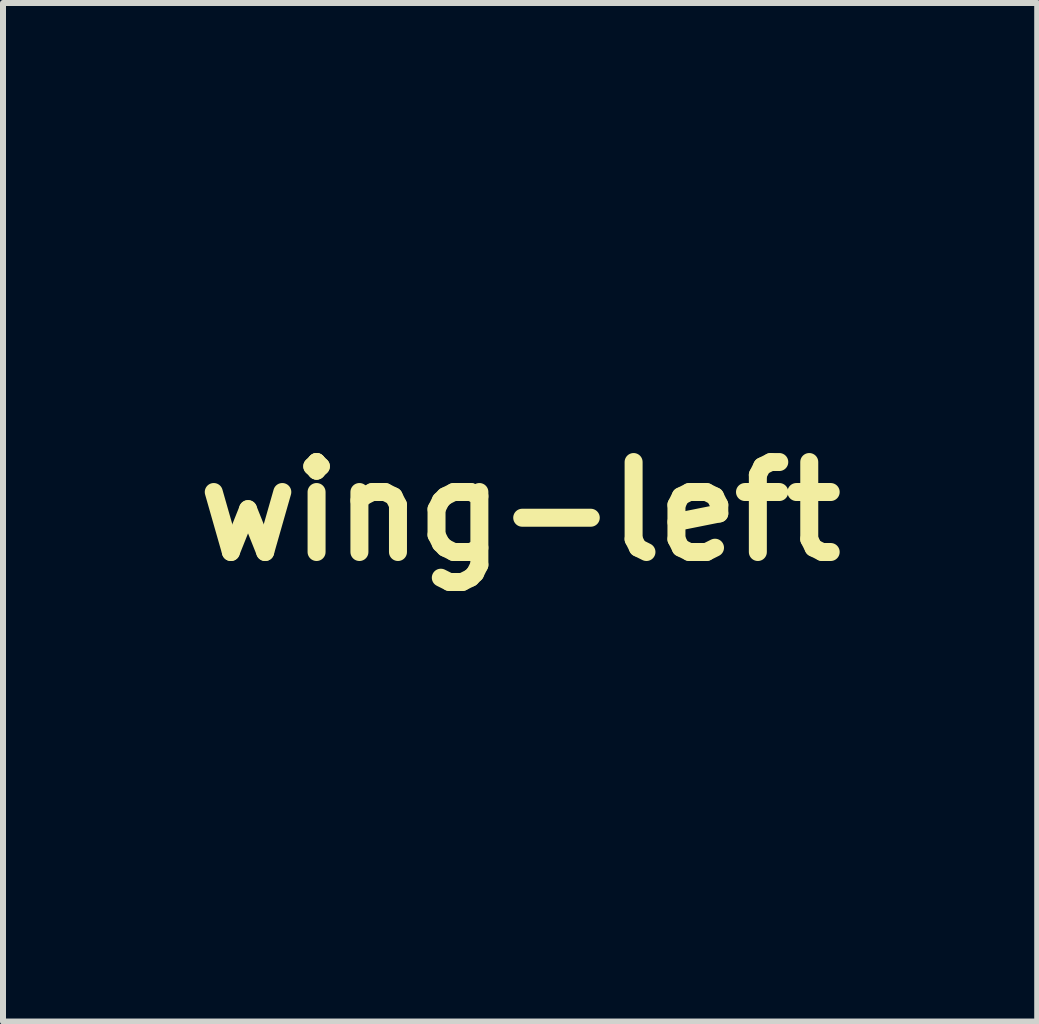
<source format=kicad_pcb>
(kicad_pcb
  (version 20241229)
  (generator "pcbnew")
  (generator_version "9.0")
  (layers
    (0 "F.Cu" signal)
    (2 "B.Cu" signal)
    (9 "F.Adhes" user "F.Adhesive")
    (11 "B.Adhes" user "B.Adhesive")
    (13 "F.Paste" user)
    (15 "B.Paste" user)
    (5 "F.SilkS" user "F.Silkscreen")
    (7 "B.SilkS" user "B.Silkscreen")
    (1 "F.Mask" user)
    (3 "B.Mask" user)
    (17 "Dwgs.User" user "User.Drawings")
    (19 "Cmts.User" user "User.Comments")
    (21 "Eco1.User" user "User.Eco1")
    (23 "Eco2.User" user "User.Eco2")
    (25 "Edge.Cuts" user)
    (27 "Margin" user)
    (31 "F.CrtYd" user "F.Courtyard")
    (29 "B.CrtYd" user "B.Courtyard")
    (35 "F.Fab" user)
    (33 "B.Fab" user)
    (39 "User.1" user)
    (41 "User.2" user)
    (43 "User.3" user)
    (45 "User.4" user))
  (footprint "wing-left"
    (layer "F.Cu")
    (at 5.621 5.475)
    (property "Reference" "wing-left" (at 0 0 0) (layer "F.SilkS") (effects (font (size 1.5 1.5) (thickness 0.3))))
    (attr board_only exclude_from_pos_files exclude_from_bom)
    (fp_poly (pts (xy 2.964 2.809) (xy 2.959 2.84) (xy 2.945 2.892) (xy 2.943 2.898) (xy 2.904 3.043) (xy 2.884 3.175) (xy 2.882 3.279) (xy 2.888 3.366) (xy 2.666 3.482) (xy 2.546 3.544) (xy 2.446 3.591) (xy 2.365 3.624) (xy 2.3 3.644) (xy 2.249 3.652) (xy 2.208 3.648) (xy 2.175 3.634) (xy 2.156 3.618) (xy 2.132 3.583) (xy 2.122 3.536) (xy 2.125 3.473) (xy 2.142 3.391) (xy 2.157 3.335) (xy 2.197 3.221) (xy 2.246 3.113) (xy 2.3 3.021) (xy 2.345 2.963) (xy 2.375 2.93) (xy 2.397 2.916) (xy 2.417 2.915) (xy 2.435 2.921) (xy 2.475 2.932) (xy 2.519 2.936) (xy 2.572 2.932) (xy 2.635 2.918) (xy 2.712 2.895) (xy 2.807 2.86) (xy 2.924 2.815) (xy 2.96 2.8)) (stroke (width 0) (type solid)) (fill yes) (layer "F.Mask"))
    (fp_poly (pts (xy 3.351 3.286) (xy 3.354 3.322) (xy 3.358 3.374) (xy 3.361 3.425) (xy 3.367 3.512) (xy 3.377 3.578) (xy 3.391 3.628) (xy 3.397 3.643) (xy 3.426 3.708) (xy 3.33 3.796) (xy 3.231 3.88) (xy 3.141 3.939) (xy 3.06 3.975) (xy 3 3.987) (xy 2.954 3.989) (xy 2.924 3.983) (xy 2.902 3.967) (xy 2.896 3.961) (xy 2.871 3.921) (xy 2.856 3.867) (xy 2.853 3.795) (xy 2.856 3.732) (xy 2.862 3.675) (xy 2.872 3.612) (xy 2.884 3.551) (xy 2.897 3.496) (xy 2.91 3.453) (xy 2.92 3.43) (xy 2.924 3.428) (xy 2.94 3.438) (xy 2.943 3.442) (xy 2.962 3.451) (xy 2.997 3.456) (xy 3.009 3.456) (xy 3.063 3.447) (xy 3.13 3.421) (xy 3.201 3.382) (xy 3.269 3.335) (xy 3.285 3.321) (xy 3.318 3.294) (xy 3.341 3.277) (xy 3.347 3.273)) (stroke (width 0) (type solid)) (fill yes) (layer "F.Mask"))
    (fp_poly (pts (xy 1.864 2.161) (xy 1.897 2.195) (xy 1.94 2.221) (xy 1.996 2.239) (xy 2.07 2.25) (xy 2.166 2.257) (xy 2.199 2.258) (xy 2.37 2.257) (xy 2.523 2.243) (xy 2.528 2.242) (xy 2.588 2.233) (xy 2.637 2.227) (xy 2.669 2.224) (xy 2.678 2.224) (xy 2.672 2.236) (xy 2.652 2.266) (xy 2.622 2.307) (xy 2.6 2.337) (xy 2.507 2.472) (xy 2.437 2.595) (xy 2.391 2.706) (xy 2.378 2.751) (xy 2.355 2.85) (xy 2.256 2.885) (xy 2.151 2.921) (xy 2.038 2.956) (xy 1.923 2.99) (xy 1.816 3.02) (xy 1.724 3.043) (xy 1.693 3.05) (xy 1.603 3.065) (xy 1.509 3.073) (xy 1.419 3.075) (xy 1.341 3.07) (xy 1.281 3.059) (xy 1.275 3.057) (xy 1.219 3.032) (xy 1.183 3.001) (xy 1.157 2.955) (xy 1.156 2.952) (xy 1.144 2.888) (xy 1.155 2.813) (xy 1.187 2.729) (xy 1.239 2.64) (xy 1.31 2.547) (xy 1.397 2.454) (xy 1.433 2.421) (xy 1.468 2.391) (xy 1.519 2.35) (xy 1.581 2.303) (xy 1.647 2.254) (xy 1.664 2.242) (xy 1.831 2.12)) (stroke (width 0) (type solid)) (fill yes) (layer "F.Mask"))
    (fp_poly (pts (xy 0.883 0.187) (xy 0.896 0.193) (xy 0.904 0.202) (xy 0.906 0.204) (xy 0.96 0.277) (xy 1.037 0.345) (xy 1.137 0.408) (xy 1.262 0.468) (xy 1.412 0.524) (xy 1.589 0.577) (xy 1.664 0.597) (xy 1.902 0.658) (xy 1.839 0.674) (xy 1.638 0.73) (xy 1.464 0.786) (xy 1.317 0.843) (xy 1.198 0.901) (xy 1.105 0.96) (xy 1.038 1.021) (xy 1.003 1.071) (xy 0.995 1.086) (xy 0.988 1.096) (xy 0.976 1.103) (xy 0.956 1.106) (xy 0.923 1.106) (xy 0.875 1.103) (xy 0.807 1.097) (xy 0.715 1.088) (xy 0.709 1.088) (xy 0.529 1.067) (xy 0.354 1.041) (xy 0.188 1.01) (xy 0.032 0.973) (xy -0.111 0.934) (xy -0.24 0.891) (xy -0.351 0.846) (xy -0.444 0.799) (xy -0.516 0.751) (xy -0.565 0.704) (xy -0.588 0.656) (xy -0.59 0.639) (xy -0.577 0.596) (xy -0.538 0.549) (xy -0.475 0.499) (xy -0.39 0.449) (xy -0.382 0.445) (xy -0.255 0.386) (xy -0.118 0.335) (xy 0.032 0.293) (xy 0.198 0.257) (xy 0.385 0.228) (xy 0.594 0.204) (xy 0.688 0.195) (xy 0.767 0.189) (xy 0.823 0.185) (xy 0.86 0.185)) (stroke (width 0) (type solid)) (fill yes) (layer "F.Mask"))
    (fp_poly (pts (xy 1.019 1.231) (xy 1.049 1.252) (xy 1.063 1.264) (xy 1.142 1.319) (xy 1.247 1.368) (xy 1.375 1.41) (xy 1.523 1.445) (xy 1.691 1.472) (xy 1.875 1.491) (xy 1.967 1.496) (xy 2.043 1.5) (xy 2.118 1.505) (xy 2.183 1.509) (xy 2.216 1.512) (xy 2.303 1.519) (xy 2.202 1.601) (xy 2.08 1.707) (xy 1.975 1.815) (xy 1.892 1.919) (xy 1.878 1.94) (xy 1.856 1.971) (xy 1.837 1.997) (xy 1.815 2.016) (xy 1.788 2.032) (xy 1.751 2.046) (xy 1.7 2.058) (xy 1.632 2.072) (xy 1.542 2.088) (xy 1.47 2.1) (xy 1.38 2.114) (xy 1.302 2.124) (xy 1.226 2.13) (xy 1.142 2.133) (xy 1.043 2.134) (xy 1.014 2.134) (xy 0.926 2.132) (xy 0.841 2.13) (xy 0.766 2.127) (xy 0.708 2.123) (xy 0.681 2.12) (xy 0.589 2.103) (xy 0.493 2.081) (xy 0.402 2.055) (xy 0.326 2.028) (xy 0.304 2.018) (xy 0.216 1.97) (xy 0.156 1.916) (xy 0.124 1.858) (xy 0.119 1.797) (xy 0.142 1.732) (xy 0.193 1.663) (xy 0.27 1.591) (xy 0.376 1.516) (xy 0.379 1.514) (xy 0.433 1.482) (xy 0.5 1.445) (xy 0.578 1.406) (xy 0.66 1.365) (xy 0.743 1.326) (xy 0.822 1.29) (xy 0.892 1.259) (xy 0.95 1.237) (xy 0.989 1.224) (xy 1.002 1.222)) (stroke (width 0) (type solid)) (fill yes) (layer "F.Mask"))
    (fp_poly (pts (xy -0.351 -1.03) (xy -0.262 -1.026) (xy -0.159 -1.018) (xy -0.037 -1.007) (xy 0.104 -0.993) (xy 0.267 -0.975) (xy 0.455 -0.954) (xy 0.576 -0.941) (xy 0.68 -0.929) (xy 0.778 -0.918) (xy 0.866 -0.908) (xy 0.94 -0.9) (xy 0.994 -0.894) (xy 1.022 -0.891) (xy 1.072 -0.882) (xy 1.094 -0.871) (xy 1.09 -0.856) (xy 1.082 -0.85) (xy 1.072 -0.831) (xy 1.068 -0.797) (xy 1.068 -0.795) (xy 1.081 -0.737) (xy 1.121 -0.674) (xy 1.186 -0.607) (xy 1.274 -0.537) (xy 1.385 -0.465) (xy 1.517 -0.392) (xy 1.668 -0.318) (xy 1.712 -0.299) (xy 1.896 -0.218) (xy 1.698 -0.208) (xy 1.546 -0.196) (xy 1.404 -0.179) (xy 1.276 -0.156) (xy 1.166 -0.129) (xy 1.077 -0.098) (xy 1.026 -0.073) (xy 0.974 -0.036) (xy 0.931 0.006) (xy 0.902 0.044) (xy 0.898 0.053) (xy 0.891 0.067) (xy 0.879 0.076) (xy 0.86 0.081) (xy 0.831 0.08) (xy 0.788 0.073) (xy 0.728 0.06) (xy 0.647 0.04) (xy 0.544 0.013) (xy 0.52 0.007) (xy 0.306 -0.052) (xy 0.102 -0.115) (xy -0.089 -0.181) (xy -0.266 -0.25) (xy -0.428 -0.319) (xy -0.572 -0.389) (xy -0.698 -0.459) (xy -0.804 -0.528) (xy -0.889 -0.595) (xy -0.95 -0.659) (xy -0.987 -0.721) (xy -0.997 -0.771) (xy -0.989 -0.82) (xy -0.962 -0.863) (xy -0.915 -0.903) (xy -0.846 -0.94) (xy -0.751 -0.978) (xy -0.729 -0.986) (xy -0.685 -1) (xy -0.641 -1.012) (xy -0.596 -1.021) (xy -0.547 -1.027) (xy -0.491 -1.031) (xy -0.426 -1.032)) (stroke (width 0) (type solid)) (fill yes) (layer "F.Mask"))
    (fp_poly (pts (xy 1.691 -0.961) (xy 1.796 -0.956) (xy 1.894 -0.947) (xy 1.96 -0.936) (xy 2.16 -0.891) (xy 2.372 -0.831) (xy 2.591 -0.757) (xy 2.813 -0.673) (xy 3.033 -0.579) (xy 3.247 -0.478) (xy 3.451 -0.372) (xy 3.639 -0.263) (xy 3.807 -0.152) (xy 3.932 -0.059) (xy 4.015 0.016) (xy 4.107 0.114) (xy 4.204 0.228) (xy 4.303 0.356) (xy 4.401 0.493) (xy 4.496 0.634) (xy 4.584 0.776) (xy 4.663 0.915) (xy 4.729 1.046) (xy 4.781 1.165) (xy 4.784 1.173) (xy 4.806 1.235) (xy 4.816 1.273) (xy 4.813 1.288) (xy 4.795 1.284) (xy 4.762 1.262) (xy 4.745 1.25) (xy 4.668 1.198) (xy 4.572 1.145) (xy 4.466 1.095) (xy 4.359 1.052) (xy 4.292 1.031) (xy 4.212 1.011) (xy 4.123 0.998) (xy 4.032 0.991) (xy 3.945 0.989) (xy 3.869 0.994) (xy 3.809 1.005) (xy 3.784 1.015) (xy 3.724 1.06) (xy 3.69 1.114) (xy 3.682 1.178) (xy 3.701 1.251) (xy 3.747 1.334) (xy 3.771 1.368) (xy 3.798 1.404) (xy 3.816 1.43) (xy 3.821 1.439) (xy 3.81 1.447) (xy 3.778 1.465) (xy 3.734 1.488) (xy 3.714 1.498) (xy 3.629 1.547) (xy 3.55 1.607) (xy 3.482 1.673) (xy 3.431 1.739) (xy 3.407 1.787) (xy 3.391 1.864) (xy 3.402 1.935) (xy 3.439 1.997) (xy 3.501 2.05) (xy 3.555 2.078) (xy 3.627 2.109) (xy 3.563 2.177) (xy 3.492 2.262) (xy 3.432 2.353) (xy 3.385 2.445) (xy 3.355 2.53) (xy 3.344 2.605) (xy 3.344 2.606) (xy 3.356 2.674) (xy 3.392 2.73) (xy 3.448 2.77) (xy 3.521 2.792) (xy 3.568 2.795) (xy 3.632 2.796) (xy 3.632 2.989) (xy 3.635 3.109) (xy 3.644 3.204) (xy 3.661 3.279) (xy 3.686 3.337) (xy 3.714 3.376) (xy 3.763 3.414) (xy 3.816 3.424) (xy 3.873 3.407) (xy 3.88 3.403) (xy 3.912 3.388) (xy 3.924 3.389) (xy 3.914 3.407) (xy 3.884 3.442) (xy 3.832 3.494) (xy 3.812 3.514) (xy 3.721 3.596) (xy 3.642 3.653) (xy 3.577 3.686) (xy 3.523 3.694) (xy 3.481 3.678) (xy 3.457 3.651) (xy 3.442 3.613) (xy 3.43 3.556) (xy 3.42 3.488) (xy 3.415 3.418) (xy 3.415 3.356) (xy 3.418 3.323) (xy 3.422 3.272) (xy 3.419 3.224) (xy 3.409 3.185) (xy 3.395 3.163) (xy 3.389 3.161) (xy 3.369 3.169) (xy 3.332 3.19) (xy 3.288 3.22) (xy 3.275 3.229) (xy 3.192 3.287) (xy 3.127 3.328) (xy 3.077 3.351) (xy 3.039 3.359) (xy 3.01 3.352) (xy 2.992 3.336) (xy 2.981 3.304) (xy 2.98 3.25) (xy 2.989 3.176) (xy 3.006 3.087) (xy 3.032 2.985) (xy 3.042 2.95) (xy 3.072 2.848) (xy 3.094 2.77) (xy 3.109 2.713) (xy 3.117 2.675) (xy 3.118 2.654) (xy 3.116 2.648) (xy 3.098 2.649) (xy 3.055 2.662) (xy 2.987 2.686) (xy 2.894 2.723) (xy 2.806 2.759) (xy 2.716 2.794) (xy 2.636 2.821) (xy 2.569 2.839) (xy 2.521 2.846) (xy 2.499 2.844) (xy 2.483 2.831) (xy 2.478 2.802) (xy 2.479 2.781) (xy 2.483 2.756) (xy 2.492 2.727) (xy 2.508 2.692) (xy 2.532 2.647) (xy 2.567 2.591) (xy 2.613 2.52) (xy 2.672 2.432) (xy 2.742 2.33) (xy 2.79 2.261) (xy 2.831 2.199) (xy 2.864 2.148) (xy 2.886 2.112) (xy 2.894 2.095) (xy 2.894 2.095) (xy 2.884 2.084) (xy 2.851 2.08) (xy 2.796 2.083) (xy 2.716 2.093) (xy 2.611 2.109) (xy 2.574 2.116) (xy 2.426 2.138) (xy 2.296 2.152) (xy 2.186 2.155) (xy 2.097 2.15) (xy 2.029 2.135) (xy 1.986 2.112) (xy 1.967 2.079) (xy 1.967 2.071) (xy 1.971 2.041) (xy 1.983 2.009) (xy 2.006 1.973) (xy 2.041 1.93) (xy 2.091 1.879) (xy 2.158 1.817) (xy 2.243 1.742) (xy 2.348 1.653) (xy 2.353 1.648) (xy 2.415 1.596) (xy 2.472 1.546) (xy 2.519 1.504) (xy 2.553 1.473) (xy 2.562 1.464) (xy 2.586 1.437) (xy 2.593 1.422) (xy 2.583 1.411) (xy 2.573 1.406) (xy 2.547 1.396) (xy 2.505 1.387) (xy 2.445 1.378) (xy 2.364 1.368) (xy 2.261 1.358) (xy 2.132 1.348) (xy 2.058 1.342) (xy 1.884 1.328) (xy 1.735 1.314) (xy 1.609 1.3) (xy 1.503 1.286) (xy 1.415 1.27) (xy 1.341 1.252) (xy 1.28 1.233) (xy 1.229 1.211) (xy 1.22 1.207) (xy 1.171 1.175) (xy 1.148 1.141) (xy 1.151 1.101) (xy 1.159 1.083) (xy 1.179 1.055) (xy 1.214 1.027) (xy 1.264 1) (xy 1.331 0.972) (xy 1.417 0.943) (xy 1.525 0.912) (xy 1.656 0.878) (xy 1.812 0.84) (xy 1.861 0.829) (xy 1.948 0.809) (xy 2.029 0.79) (xy 2.101 0.772) (xy 2.156 0.758) (xy 2.185 0.751) (xy 2.242 0.731) (xy 2.29 0.708) (xy 2.324 0.685) (xy 2.339 0.666) (xy 2.338 0.658) (xy 2.312 0.637) (xy 2.257 0.614) (xy 2.176 0.589) (xy 2.066 0.561) (xy 2.009 0.549) (xy 1.786 0.498) (xy 1.591 0.448) (xy 1.423 0.398) (xy 1.283 0.349) (xy 1.172 0.301) (xy 1.088 0.253) (xy 1.032 0.206) (xy 1.012 0.18) (xy 0.999 0.139) (xy 1.005 0.103) (xy 1.031 0.063) (xy 1.078 0.027) (xy 1.148 -0.005) (xy 1.241 -0.033) (xy 1.359 -0.058) (xy 1.503 -0.08) (xy 1.672 -0.099) (xy 1.868 -0.115) (xy 1.901 -0.117) (xy 2.012 -0.125) (xy 2.099 -0.133) (xy 2.135 -0.137) (xy 2.489 -0.137) (xy 2.492 -0.077) (xy 2.521 -0.01) (xy 2.53 0.004) (xy 2.586 0.073) (xy 2.667 0.146) (xy 2.772 0.223) (xy 2.903 0.306) (xy 2.948 0.331) (xy 2.998 0.36) (xy 3.026 0.379) (xy 3.036 0.39) (xy 3.03 0.396) (xy 3.012 0.401) (xy 2.859 0.44) (xy 2.732 0.483) (xy 2.632 0.531) (xy 2.558 0.582) (xy 2.511 0.636) (xy 2.493 0.682) (xy 2.497 0.735) (xy 2.527 0.786) (xy 2.582 0.836) (xy 2.659 0.882) (xy 2.756 0.923) (xy 2.873 0.96) (xy 3.007 0.989) (xy 3.025 0.993) (xy 3.163 1.017) (xy 3.014 1.091) (xy 2.95 1.124) (xy 2.892 1.156) (xy 2.845 1.184) (xy 2.821 1.202) (xy 2.755 1.266) (xy 2.714 1.325) (xy 2.697 1.379) (xy 2.706 1.425) (xy 2.74 1.462) (xy 2.796 1.488) (xy 2.829 1.493) (xy 2.884 1.496) (xy 2.952 1.497) (xy 3.027 1.497) (xy 3.102 1.495) (xy 3.17 1.491) (xy 3.224 1.485) (xy 3.257 1.479) (xy 3.257 1.479) (xy 3.262 1.473) (xy 3.24 1.471) (xy 3.192 1.471) (xy 3.166 1.472) (xy 3.095 1.473) (xy 3.021 1.47) (xy 2.952 1.464) (xy 2.893 1.455) (xy 2.85 1.444) (xy 2.834 1.435) (xy 2.826 1.408) (xy 2.837 1.368) (xy 2.865 1.321) (xy 2.887 1.294) (xy 2.939 1.249) (xy 3.015 1.203) (xy 3.115 1.155) (xy 3.228 1.111) (xy 3.314 1.078) (xy 3.374 1.052) (xy 3.411 1.031) (xy 3.427 1.014) (xy 3.428 1.01) (xy 3.414 0.993) (xy 3.374 0.973) (xy 3.308 0.951) (xy 3.218 0.927) (xy 3.106 0.902) (xy 3.098 0.9) (xy 2.956 0.869) (xy 2.842 0.84) (xy 2.753 0.812) (xy 2.69 0.784) (xy 2.65 0.757) (xy 2.634 0.73) (xy 2.636 0.71) (xy 2.659 0.684) (xy 2.71 0.654) (xy 2.787 0.622) (xy 2.89 0.586) (xy 3.018 0.548) (xy 3.098 0.527) (xy 3.205 0.498) (xy 3.285 0.475) (xy 3.339 0.456) (xy 3.367 0.443) (xy 3.372 0.437) (xy 3.36 0.426) (xy 3.33 0.408) (xy 3.291 0.388) (xy 3.247 0.366) (xy 3.187 0.334) (xy 3.117 0.297) (xy 3.046 0.259) (xy 3.042 0.256) (xy 2.899 0.175) (xy 2.782 0.102) (xy 2.692 0.037) (xy 2.628 -0.02) (xy 2.588 -0.07) (xy 2.575 -0.114) (xy 2.585 -0.151) (xy 2.621 -0.182) (xy 2.634 -0.189) (xy 2.659 -0.2) (xy 2.686 -0.207) (xy 2.722 -0.212) (xy 2.771 -0.215) (xy 2.839 -0.217) (xy 2.922 -0.217) (xy 3.014 -0.217) (xy 3.109 -0.215) (xy 3.198 -0.213) (xy 3.272 -0.21) (xy 3.294 -0.208) (xy 3.357 -0.204) (xy 3.395 -0.202) (xy 3.409 -0.203) (xy 3.401 -0.207) (xy 3.375 -0.214) (xy 3.358 -0.218) (xy 3.23 -0.246) (xy 3.099 -0.266) (xy 2.971 -0.279) (xy 2.851 -0.283) (xy 2.745 -0.28) (xy 2.658 -0.267) (xy 2.638 -0.262) (xy 2.562 -0.23) (xy 2.513 -0.189) (xy 2.489 -0.137) (xy 2.135 -0.137) (xy 2.163 -0.141) (xy 2.203 -0.152) (xy 2.218 -0.166) (xy 2.21 -0.184) (xy 2.176 -0.208) (xy 2.117 -0.239) (xy 2.033 -0.276) (xy 1.924 -0.323) (xy 1.84 -0.358) (xy 1.666 -0.432) (xy 1.518 -0.5) (xy 1.395 -0.561) (xy 1.297 -0.617) (xy 1.222 -0.667) (xy 1.169 -0.713) (xy 1.138 -0.755) (xy 1.128 -0.794) (xy 1.131 -0.815) (xy 1.152 -0.843) (xy 1.195 -0.874) (xy 1.254 -0.904) (xy 1.325 -0.931) (xy 1.342 -0.937) (xy 1.405 -0.95) (xy 1.489 -0.958) (xy 1.587 -0.962)) (stroke (width 0) (type solid)) (fill yes) (layer "F.Mask"))
    (fp_poly (pts (xy -5.605 -5.466) (xy -5.587 -5.439) (xy -5.562 -5.397) (xy -5.557 -5.389) (xy -5.469 -5.24) (xy -5.363 -5.08) (xy -5.245 -4.913) (xy -5.117 -4.746) (xy -4.985 -4.584) (xy -4.903 -4.489) (xy -4.637 -4.208) (xy -4.345 -3.936) (xy -4.03 -3.676) (xy -3.691 -3.426) (xy -3.331 -3.187) (xy -2.95 -2.961) (xy -2.55 -2.748) (xy -2.131 -2.548) (xy -1.695 -2.362) (xy -1.243 -2.19) (xy -0.777 -2.034) (xy -0.296 -1.894) (xy 0.196 -1.77) (xy 0.513 -1.7) (xy 0.582 -1.686) (xy 0.662 -1.671) (xy 0.749 -1.654) (xy 0.84 -1.638) (xy 0.929 -1.622) (xy 1.012 -1.607) (xy 1.085 -1.595) (xy 1.144 -1.585) (xy 1.185 -1.579) (xy 1.202 -1.578) (xy 1.203 -1.578) (xy 1.196 -1.589) (xy 1.174 -1.617) (xy 1.143 -1.658) (xy 1.119 -1.688) (xy 0.988 -1.873) (xy 0.879 -2.074) (xy 0.793 -2.288) (xy 0.751 -2.428) (xy 0.736 -2.488) (xy 0.725 -2.539) (xy 0.719 -2.573) (xy 0.719 -2.584) (xy 0.73 -2.579) (xy 0.76 -2.557) (xy 0.805 -2.522) (xy 0.862 -2.474) (xy 0.929 -2.417) (xy 0.997 -2.358) (xy 1.164 -2.215) (xy 1.314 -2.092) (xy 1.45 -1.985) (xy 1.575 -1.894) (xy 1.692 -1.817) (xy 1.802 -1.751) (xy 1.909 -1.696) (xy 1.937 -1.683) (xy 1.984 -1.663) (xy 2.052 -1.636) (xy 2.137 -1.604) (xy 2.231 -1.57) (xy 2.33 -1.535) (xy 2.386 -1.516) (xy 2.708 -1.402) (xy 3.004 -1.287) (xy 3.276 -1.171) (xy 3.527 -1.052) (xy 3.759 -0.929) (xy 3.975 -0.8) (xy 4.176 -0.665) (xy 4.366 -0.522) (xy 4.49 -0.419) (xy 4.671 -0.251) (xy 4.836 -0.072) (xy 4.988 0.121) (xy 5.13 0.332) (xy 5.265 0.566) (xy 5.339 0.709) (xy 5.437 0.923) (xy 5.514 1.126) (xy 5.57 1.318) (xy 5.605 1.497) (xy 5.618 1.663) (xy 5.611 1.814) (xy 5.581 1.951) (xy 5.531 2.071) (xy 5.459 2.174) (xy 5.449 2.184) (xy 5.381 2.246) (xy 5.311 2.28) (xy 5.245 2.29) (xy 5.193 2.283) (xy 5.138 2.264) (xy 5.076 2.228) (xy 5.001 2.175) (xy 4.963 2.146) (xy 4.888 2.087) (xy 4.83 2.045) (xy 4.783 2.016) (xy 4.745 1.999) (xy 4.71 1.991) (xy 4.687 1.989) (xy 4.622 2.001) (xy 4.562 2.038) (xy 4.509 2.096) (xy 4.463 2.172) (xy 4.429 2.263) (xy 4.406 2.366) (xy 4.397 2.478) (xy 4.397 2.485) (xy 4.408 2.626) (xy 4.441 2.756) (xy 4.497 2.875) (xy 4.577 2.986) (xy 4.681 3.088) (xy 4.812 3.184) (xy 4.968 3.274) (xy 5.022 3.301) (xy 5.096 3.334) (xy 5.175 3.368) (xy 5.248 3.397) (xy 5.279 3.409) (xy 5.334 3.428) (xy 5.369 3.443) (xy 5.385 3.462) (xy 5.386 3.489) (xy 5.373 3.531) (xy 5.351 3.59) (xy 5.314 3.67) (xy 5.274 3.723) (xy 5.229 3.748) (xy 5.178 3.747) (xy 5.12 3.719) (xy 5.098 3.704) (xy 5.051 3.663) (xy 5.002 3.616) (xy 4.983 3.597) (xy 4.93 3.537) (xy 4.887 3.623) (xy 4.846 3.691) (xy 4.801 3.732) (xy 4.753 3.745) (xy 4.7 3.731) (xy 4.641 3.69) (xy 4.598 3.649) (xy 4.553 3.595) (xy 4.506 3.533) (xy 4.477 3.489) (xy 4.425 3.402) (xy 4.359 3.472) (xy 4.322 3.51) (xy 4.295 3.53) (xy 4.27 3.538) (xy 4.244 3.537) (xy 4.211 3.531) (xy 4.189 3.516) (xy 4.168 3.482) (xy 4.162 3.47) (xy 4.147 3.429) (xy 4.13 3.37) (xy 4.113 3.301) (xy 4.104 3.252) (xy 4.091 3.179) (xy 4.079 3.132) (xy 4.066 3.108) (xy 4.05 3.106) (xy 4.029 3.123) (xy 4.004 3.151) (xy 3.94 3.228) (xy 3.888 3.282) (xy 3.845 3.315) (xy 3.811 3.328) (xy 3.782 3.322) (xy 3.762 3.305) (xy 3.741 3.274) (xy 3.727 3.232) (xy 3.717 3.175) (xy 3.711 3.099) (xy 3.71 3) (xy 3.711 2.915) (xy 3.716 2.676) (xy 3.608 2.669) (xy 3.528 2.658) (xy 3.474 2.638) (xy 3.447 2.609) (xy 3.442 2.586) (xy 3.452 2.551) (xy 3.481 2.5) (xy 3.526 2.435) (xy 3.585 2.36) (xy 3.652 2.283) (xy 3.721 2.205) (xy 3.769 2.143) (xy 3.8 2.096) (xy 3.814 2.061) (xy 3.811 2.037) (xy 3.807 2.03) (xy 3.786 2.016) (xy 3.747 1.998) (xy 3.702 1.981) (xy 3.622 1.95) (xy 3.563 1.917) (xy 3.526 1.883) (xy 3.515 1.859) (xy 3.52 1.826) (xy 3.547 1.79) (xy 3.597 1.749) (xy 3.671 1.702) (xy 3.737 1.665) (xy 3.837 1.609) (xy 3.913 1.563) (xy 3.966 1.526) (xy 4 1.494) (xy 4.015 1.468) (xy 4.015 1.464) (xy 4.009 1.436) (xy 3.982 1.393) (xy 3.935 1.333) (xy 3.882 1.266) (xy 3.848 1.215) (xy 3.833 1.176) (xy 3.834 1.146) (xy 3.846 1.129) (xy 3.864 1.117) (xy 3.891 1.112) (xy 3.933 1.112) (xy 3.969 1.115) (xy 4.08 1.129) (xy 4.191 1.152) (xy 4.291 1.18) (xy 4.334 1.196) (xy 4.37 1.214) (xy 4.424 1.244) (xy 4.49 1.281) (xy 4.561 1.324) (xy 4.601 1.349) (xy 4.69 1.404) (xy 4.759 1.446) (xy 4.811 1.476) (xy 4.85 1.497) (xy 4.879 1.509) (xy 4.902 1.515) (xy 4.922 1.517) (xy 4.924 1.517) (xy 4.957 1.508) (xy 4.975 1.479) (xy 4.979 1.429) (xy 4.968 1.357) (xy 4.943 1.264) (xy 4.92 1.193) (xy 4.812 0.919) (xy 4.687 0.668) (xy 4.544 0.437) (xy 4.382 0.226) (xy 4.201 0.035) (xy 4 -0.136) (xy 3.779 -0.29) (xy 3.776 -0.292) (xy 3.706 -0.334) (xy 3.634 -0.375) (xy 3.556 -0.417) (xy 3.469 -0.459) (xy 3.371 -0.505) (xy 3.258 -0.554) (xy 3.129 -0.609) (xy 2.979 -0.671) (xy 2.807 -0.741) (xy 2.759 -0.76) (xy 2.555 -0.842) (xy 2.373 -0.918) (xy 2.211 -0.989) (xy 2.065 -1.057) (xy 1.931 -1.123) (xy 1.805 -1.189) (xy 1.685 -1.258) (xy 1.566 -1.331) (xy 1.445 -1.409) (xy 1.319 -1.496) (xy 1.314 -1.499) (xy 1.243 -1.548) (xy 1.307 -1.49) (xy 1.473 -1.343) (xy 1.632 -1.217) (xy 1.787 -1.109) (xy 1.882 -1.051) (xy 1.924 -1.026) (xy 1.951 -1.007) (xy 1.961 -0.998) (xy 1.96 -0.998) (xy 1.94 -1) (xy 1.901 -1.007) (xy 1.847 -1.016) (xy 1.819 -1.021) (xy 1.776 -1.027) (xy 1.726 -1.033) (xy 1.665 -1.037) (xy 1.589 -1.04) (xy 1.496 -1.043) (xy 1.383 -1.044) (xy 1.246 -1.046) (xy 1.187 -1.046) (xy 1.037 -1.047) (xy 0.909 -1.049) (xy 0.798 -1.052) (xy 0.699 -1.056) (xy 0.607 -1.062) (xy 0.515 -1.071) (xy 0.418 -1.082) (xy 0.311 -1.096) (xy 0.189 -1.114) (xy 0.112 -1.125) (xy -0.164 -1.171) (xy -0.451 -1.224) (xy -0.744 -1.284) (xy -1.042 -1.351) (xy -1.341 -1.424) (xy -1.638 -1.501) (xy -1.93 -1.583) (xy -2.214 -1.667) (xy -2.488 -1.753) (xy -2.747 -1.841) (xy -2.99 -1.929) (xy -3.214 -2.017) (xy -3.415 -2.104) (xy -3.557 -2.172) (xy -3.609 -2.197) (xy -3.65 -2.217) (xy -3.676 -2.227) (xy -3.681 -2.228) (xy -3.669 -2.22) (xy -3.637 -2.199) (xy -3.589 -2.169) (xy -3.527 -2.131) (xy -3.457 -2.088) (xy -3.381 -2.043) (xy -3.303 -1.997) (xy -3.228 -1.953) (xy -3.159 -1.913) (xy -3.109 -1.884) (xy -3.02 -1.836) (xy -2.912 -1.78) (xy -2.793 -1.721) (xy -2.669 -1.662) (xy -2.549 -1.606) (xy -2.439 -1.558) (xy -2.362 -1.526) (xy -2.131 -1.44) (xy -1.875 -1.358) (xy -1.595 -1.282) (xy -1.293 -1.21) (xy -0.971 -1.145) (xy -0.727 -1.101) (xy -0.658 -1.088) (xy -0.609 -1.076) (xy -0.581 -1.066) (xy -0.575 -1.058) (xy -0.595 -1.054) (xy -0.616 -1.054) (xy -0.649 -1.05) (xy -0.699 -1.041) (xy -0.756 -1.028) (xy -0.764 -1.026) (xy -0.877 -0.991) (xy -0.962 -0.949) (xy -1.019 -0.901) (xy -1.049 -0.848) (xy -1.052 -0.788) (xy -1.028 -0.722) (xy -0.976 -0.65) (xy -0.897 -0.572) (xy -0.79 -0.488) (xy -0.657 -0.398) (xy -0.496 -0.303) (xy -0.466 -0.286) (xy -0.302 -0.195) (xy -0.464 -0.203) (xy -0.556 -0.208) (xy -0.665 -0.212) (xy -0.788 -0.216) (xy -0.924 -0.22) (xy -1.07 -0.225) (xy -1.223 -0.229) (xy -1.382 -0.233) (xy -1.543 -0.236) (xy -1.704 -0.24) (xy -1.863 -0.243) (xy -2.018 -0.245) (xy -2.165 -0.248) (xy -2.303 -0.249) (xy -2.43 -0.251) (xy -2.542 -0.252) (xy -2.638 -0.252) (xy -2.714 -0.251) (xy -2.769 -0.25) (xy -2.801 -0.249) (xy -2.807 -0.247) (xy -2.787 -0.239) (xy -2.74 -0.23) (xy -2.668 -0.221) (xy -2.573 -0.211) (xy -2.456 -0.201) (xy -2.319 -0.19) (xy -2.163 -0.179) (xy -1.991 -0.168) (xy -1.804 -0.157) (xy -1.603 -0.145) (xy -1.39 -0.134) (xy -1.167 -0.124) (xy -0.935 -0.113) (xy -0.696 -0.104) (xy -0.541 -0.098) (xy -0.42 -0.093) (xy -0.324 -0.089) (xy -0.248 -0.085) (xy -0.189 -0.081) (xy -0.142 -0.076) (xy -0.105 -0.07) (xy -0.073 -0.063) (xy -0.042 -0.054) (xy -0.009 -0.043) (xy -0.007 -0.042) (xy 0.045 -0.026) (xy 0.117 -0.006) (xy 0.202 0.017) (xy 0.292 0.04) (xy 0.358 0.055) (xy 0.438 0.074) (xy 0.508 0.091) (xy 0.563 0.104) (xy 0.6 0.113) (xy 0.614 0.117) (xy 0.602 0.12) (xy 0.567 0.125) (xy 0.516 0.131) (xy 0.452 0.138) (xy 0.33 0.154) (xy 0.194 0.176) (xy 0.055 0.204) (xy -0.08 0.234) (xy -0.201 0.266) (xy -0.274 0.288) (xy -0.422 0.342) (xy -0.542 0.398) (xy -0.635 0.457) (xy -0.699 0.518) (xy -0.736 0.58) (xy -0.745 0.643) (xy -0.726 0.708) (xy -0.68 0.774) (xy -0.605 0.841) (xy -0.502 0.909) (xy -0.406 0.96) (xy -0.251 1.036) (xy -0.375 1.046) (xy -0.563 1.062) (xy -0.745 1.082) (xy -0.918 1.106) (xy -1.078 1.132) (xy -1.22 1.161) (xy -1.341 1.191) (xy -1.398 1.208) (xy -1.482 1.235) (xy -1.377 1.229) (xy -1.08 1.213) (xy -0.769 1.201) (xy -0.441 1.194) (xy -0.091 1.191) (xy 0.052 1.191) (xy 0.184 1.191) (xy 0.306 1.192) (xy 0.418 1.193) (xy 0.515 1.195) (xy 0.595 1.196) (xy 0.655 1.198) (xy 0.692 1.2) (xy 0.703 1.201) (xy 0.696 1.21) (xy 0.669 1.229) (xy 0.625 1.255) (xy 0.567 1.285) (xy 0.552 1.293) (xy 0.399 1.374) (xy 0.266 1.456) (xy 0.155 1.537) (xy 0.068 1.616) (xy 0.005 1.692) (xy -0.032 1.764) (xy -0.034 1.77) (xy -0.045 1.819) (xy -0.049 1.864) (xy -0.047 1.881) (xy -0.039 1.921) (xy -0.178 1.939) (xy -0.356 1.971) (xy -0.542 2.024) (xy -0.672 2.071) (xy -0.72 2.09) (xy -0.783 2.116) (xy -0.856 2.147) (xy -0.936 2.182) (xy -1.018 2.218) (xy -1.099 2.253) (xy -1.175 2.287) (xy -1.241 2.317) (xy -1.294 2.342) (xy -1.33 2.36) (xy -1.345 2.368) (xy -1.345 2.368) (xy -1.331 2.366) (xy -1.295 2.356) (xy -1.24 2.341) (xy -1.172 2.321) (xy -1.11 2.303) (xy -0.926 2.248) (xy -0.765 2.204) (xy -0.622 2.169) (xy -0.494 2.143) (xy -0.378 2.123) (xy -0.269 2.111) (xy -0.163 2.105) (xy -0.105 2.105) (xy -0.022 2.106) (xy 0.046 2.11) (xy 0.107 2.119) (xy 0.17 2.134) (xy 0.243 2.158) (xy 0.316 2.185) (xy 0.454 2.229) (xy 0.596 2.259) (xy 0.746 2.277) (xy 0.907 2.28) (xy 1.082 2.271) (xy 1.275 2.248) (xy 1.488 2.212) (xy 1.487 2.214) (xy 1.462 2.224) (xy 1.418 2.241) (xy 1.356 2.263) (xy 1.282 2.289) (xy 1.264 2.295) (xy 1.09 2.356) (xy 0.938 2.414) (xy 0.803 2.47) (xy 0.679 2.526) (xy 0.561 2.586) (xy 0.444 2.652) (xy 0.377 2.691) (xy 0.17 2.826) (xy -0.039 2.98) (xy -0.241 3.147) (xy -0.372 3.266) (xy -0.471 3.359) (xy -0.302 3.244) (xy -0.108 3.114) (xy 0.069 2.998) (xy 0.233 2.895) (xy 0.39 2.803) (xy 0.544 2.717) (xy 0.7 2.637) (xy 0.863 2.559) (xy 1.037 2.481) (xy 1.226 2.4) (xy 1.342 2.353) (xy 1.366 2.343) (xy 1.378 2.341) (xy 1.375 2.349) (xy 1.355 2.37) (xy 1.318 2.408) (xy 1.298 2.427) (xy 1.198 2.531) (xy 1.121 2.623) (xy 1.066 2.707) (xy 1.03 2.785) (xy 1.014 2.86) (xy 1.012 2.895) (xy 1.016 2.956) (xy 1.032 3.002) (xy 1.044 3.022) (xy 1.085 3.068) (xy 1.141 3.112) (xy 1.204 3.148) (xy 1.261 3.169) (xy 1.268 3.17) (xy 1.304 3.178) (xy 1.325 3.186) (xy 1.327 3.188) (xy 1.32 3.201) (xy 1.296 3.23) (xy 1.26 3.273) (xy 1.214 3.326) (xy 1.178 3.365) (xy 1.072 3.484) (xy 0.983 3.59) (xy 0.908 3.688) (xy 0.843 3.783) (xy 0.805 3.845) (xy 0.778 3.894) (xy 0.747 3.952) (xy 0.714 4.015) (xy 0.684 4.077) (xy 0.656 4.134) (xy 0.635 4.181) (xy 0.623 4.212) (xy 0.621 4.223) (xy 0.63 4.213) (xy 0.652 4.184) (xy 0.683 4.14) (xy 0.722 4.084) (xy 0.741 4.056) (xy 0.794 3.979) (xy 0.858 3.89) (xy 0.925 3.801) (xy 0.988 3.72) (xy 0.997 3.709) (xy 1.061 3.63) (xy 1.133 3.54) (xy 1.205 3.45) (xy 1.269 3.37) (xy 1.275 3.362) (xy 1.328 3.296) (xy 1.368 3.249) (xy 1.397 3.219) (xy 1.419 3.201) (xy 1.438 3.192) (xy 1.456 3.19) (xy 1.537 3.183) (xy 1.638 3.164) (xy 1.754 3.136) (xy 1.879 3.099) (xy 2.007 3.055) (xy 2.134 3.006) (xy 2.156 2.997) (xy 2.208 2.976) (xy 2.249 2.96) (xy 2.274 2.951) (xy 2.278 2.95) (xy 2.276 2.961) (xy 2.261 2.991) (xy 2.238 3.033) (xy 2.224 3.056) (xy 2.188 3.121) (xy 2.149 3.198) (xy 2.115 3.272) (xy 2.11 3.284) (xy 2.084 3.349) (xy 2.069 3.4) (xy 2.061 3.448) (xy 2.059 3.506) (xy 2.059 3.522) (xy 2.059 3.582) (xy 2.063 3.621) (xy 2.072 3.646) (xy 2.086 3.666) (xy 2.088 3.668) (xy 2.118 3.698) (xy 2.079 3.812) (xy 2.058 3.88) (xy 2.042 3.944) (xy 2.031 4.001) (xy 2.027 4.045) (xy 2.03 4.07) (xy 2.035 4.074) (xy 2.046 4.062) (xy 2.055 4.03) (xy 2.059 4.014) (xy 2.076 3.94) (xy 2.103 3.865) (xy 2.134 3.801) (xy 2.159 3.765) (xy 2.195 3.733) (xy 2.237 3.723) (xy 2.239 3.723) (xy 2.301 3.715) (xy 2.379 3.693) (xy 2.47 3.658) (xy 2.568 3.614) (xy 2.667 3.562) (xy 2.746 3.514) (xy 2.783 3.491) (xy 2.809 3.477) (xy 2.818 3.474) (xy 2.816 3.488) (xy 2.808 3.522) (xy 2.797 3.57) (xy 2.793 3.582) (xy 2.777 3.669) (xy 2.77 3.759) (xy 2.774 3.843) (xy 2.787 3.913) (xy 2.799 3.946) (xy 2.814 3.986) (xy 2.814 4.028) (xy 2.81 4.051) (xy 2.802 4.099) (xy 2.797 4.15) (xy 2.797 4.195) (xy 2.8 4.229) (xy 2.808 4.243) (xy 2.808 4.243) (xy 2.819 4.23) (xy 2.828 4.2) (xy 2.83 4.191) (xy 2.843 4.141) (xy 2.86 4.09) (xy 2.861 4.087) (xy 2.882 4.035) (xy 2.97 4.042) (xy 3.02 4.045) (xy 3.058 4.041) (xy 3.096 4.028) (xy 3.146 4.004) (xy 3.149 4.002) (xy 3.21 3.963) (xy 3.28 3.909) (xy 3.347 3.847) (xy 3.407 3.791) (xy 3.453 3.758) (xy 3.486 3.75) (xy 3.508 3.766) (xy 3.52 3.807) (xy 3.526 3.873) (xy 3.526 3.901) (xy 3.53 3.931) (xy 3.539 3.974) (xy 3.552 4.025) (xy 3.567 4.076) (xy 3.582 4.122) (xy 3.595 4.155) (xy 3.604 4.168) (xy 3.605 4.168) (xy 3.607 4.152) (xy 3.604 4.116) (xy 3.598 4.079) (xy 3.59 4.024) (xy 3.582 3.955) (xy 3.575 3.885) (xy 3.574 3.876) (xy 3.565 3.755) (xy 3.611 3.746) (xy 3.674 3.723) (xy 3.744 3.679) (xy 3.817 3.619) (xy 3.887 3.547) (xy 3.95 3.468) (xy 3.991 3.405) (xy 4.037 3.324) (xy 4.054 3.409) (xy 4.073 3.482) (xy 4.099 3.545) (xy 4.127 3.595) (xy 4.155 3.623) (xy 4.156 3.623) (xy 4.169 3.636) (xy 4.18 3.663) (xy 4.189 3.708) (xy 4.198 3.773) (xy 4.207 3.828) (xy 4.22 3.89) (xy 4.235 3.955) (xy 4.251 4.016) (xy 4.267 4.068) (xy 4.281 4.106) (xy 4.292 4.124) (xy 4.295 4.125) (xy 4.296 4.109) (xy 4.292 4.072) (xy 4.284 4.021) (xy 4.279 3.988) (xy 4.267 3.907) (xy 4.26 3.826) (xy 4.257 3.754) (xy 4.259 3.696) (xy 4.266 3.66) (xy 4.279 3.645) (xy 4.307 3.621) (xy 4.342 3.595) (xy 4.379 3.569) (xy 4.41 3.55) (xy 4.428 3.542) (xy 4.43 3.543) (xy 4.485 3.643) (xy 4.547 3.724) (xy 4.615 3.784) (xy 4.685 3.819) (xy 4.693 3.821) (xy 4.738 3.83) (xy 4.778 3.826) (xy 4.814 3.814) (xy 4.859 3.789) (xy 4.9 3.752) (xy 4.931 3.71) (xy 4.945 3.673) (xy 4.945 3.669) (xy 4.954 3.668) (xy 4.979 3.682) (xy 5.01 3.708) (xy 5.085 3.76) (xy 5.156 3.785) (xy 5.221 3.783) (xy 5.279 3.755) (xy 5.327 3.701) (xy 5.364 3.623) (xy 5.372 3.596) (xy 5.383 3.554) (xy 5.39 3.536) (xy 5.396 3.54) (xy 5.402 3.559) (xy 5.405 3.588) (xy 5.407 3.638) (xy 5.407 3.703) (xy 5.406 3.777) (xy 5.405 3.798) (xy 5.395 3.936) (xy 5.378 4.051) (xy 5.353 4.141) (xy 5.32 4.206) (xy 5.313 4.214) (xy 5.289 4.245) (xy 5.215 4.217) (xy 5.102 4.164) (xy 5 4.099) (xy 4.959 4.065) (xy 4.905 4.017) (xy 4.896 4.112) (xy 4.879 4.241) (xy 4.852 4.349) (xy 4.818 4.436) (xy 4.776 4.497) (xy 4.772 4.502) (xy 4.743 4.524) (xy 4.714 4.529) (xy 4.689 4.524) (xy 4.626 4.499) (xy 4.556 4.454) (xy 4.484 4.391) (xy 4.415 4.317) (xy 4.362 4.245) (xy 4.338 4.211) (xy 4.319 4.19) (xy 4.313 4.187) (xy 4.306 4.199) (xy 4.299 4.232) (xy 4.294 4.267) (xy 4.271 4.402) (xy 4.233 4.526) (xy 4.182 4.634) (xy 4.127 4.713) (xy 4.08 4.766) (xy 4.031 4.741) (xy 3.933 4.676) (xy 3.84 4.583) (xy 3.753 4.463) (xy 3.68 4.333) (xy 3.616 4.205) (xy 3.614 4.361) (xy 3.605 4.533) (xy 3.58 4.689) (xy 3.538 4.835) (xy 3.475 4.98) (xy 3.472 4.988) (xy 3.441 5.044) (xy 3.416 5.077) (xy 3.388 5.088) (xy 3.351 5.08) (xy 3.298 5.055) (xy 3.282 5.046) (xy 3.203 4.991) (xy 3.122 4.911) (xy 3.045 4.813) (xy 2.973 4.7) (xy 2.909 4.577) (xy 2.858 4.448) (xy 2.851 4.426) (xy 2.834 4.376) (xy 2.822 4.344) (xy 2.813 4.333) (xy 2.805 4.344) (xy 2.798 4.379) (xy 2.789 4.44) (xy 2.781 4.503) (xy 2.754 4.672) (xy 2.716 4.818) (xy 2.668 4.942) (xy 2.607 5.05) (xy 2.536 5.139) (xy 2.498 5.179) (xy 2.464 5.209) (xy 2.442 5.225) (xy 2.438 5.226) (xy 2.418 5.215) (xy 2.387 5.185) (xy 2.349 5.14) (xy 2.307 5.087) (xy 2.266 5.028) (xy 2.229 4.97) (xy 2.205 4.928) (xy 2.141 4.789) (xy 2.094 4.648) (xy 2.062 4.496) (xy 2.042 4.327) (xy 2.039 4.278) (xy 2.03 4.123) (xy 1.982 4.271) (xy 1.897 4.487) (xy 1.785 4.698) (xy 1.649 4.902) (xy 1.49 5.095) (xy 1.398 5.191) (xy 1.346 5.242) (xy 1.288 5.296) (xy 1.228 5.351) (xy 1.17 5.402) (xy 1.118 5.446) (xy 1.075 5.481) (xy 1.046 5.502) (xy 1.035 5.507) (xy 1.024 5.498) (xy 0.997 5.472) (xy 0.96 5.434) (xy 0.933 5.405) (xy 0.842 5.302) (xy 0.769 5.201) (xy 0.71 5.095) (xy 0.659 4.974) (xy 0.622 4.863) (xy 0.608 4.812) (xy 0.597 4.766) (xy 0.591 4.719) (xy 0.587 4.664) (xy 0.585 4.592) (xy 0.584 4.523) (xy 0.583 4.305) (xy 0.533 4.369) (xy 0.418 4.493) (xy 0.281 4.607) (xy 0.125 4.709) (xy -0.045 4.796) (xy -0.225 4.865) (xy -0.409 4.914) (xy -0.47 4.926) (xy -0.532 4.936) (xy -0.577 4.941) (xy -0.607 4.936) (xy -0.63 4.918) (xy -0.648 4.883) (xy -0.667 4.828) (xy -0.687 4.765) (xy -0.717 4.662) (xy -0.739 4.575) (xy -0.753 4.496) (xy -0.761 4.414) (xy -0.764 4.32) (xy -0.765 4.264) (xy -0.764 4.25) (xy 0.604 4.25) (xy 0.611 4.257) (xy 0.618 4.25) (xy 0.611 4.243) (xy 0.604 4.25) (xy -0.764 4.25) (xy -0.763 4.169) (xy -0.759 4.093) (xy -0.751 4.028) (xy -0.739 3.965) (xy -0.734 3.945) (xy -0.672 3.745) (xy -0.592 3.56) (xy -0.557 3.495) (xy -0.53 3.447) (xy -0.51 3.409) (xy -0.5 3.388) (xy -0.499 3.386) (xy -0.513 3.393) (xy -0.541 3.411) (xy -0.558 3.422) (xy -0.68 3.495) (xy -0.824 3.563) (xy -0.985 3.624) (xy -1.159 3.678) (xy -1.339 3.724) (xy -1.519 3.758) (xy -1.696 3.781) (xy -1.863 3.791) (xy -1.932 3.79) (xy -2.086 3.786) (xy -2.082 3.73) (xy -2.073 3.665) (xy -2.057 3.583) (xy -2.036 3.49) (xy -2.012 3.396) (xy -1.986 3.308) (xy -1.978 3.281) (xy -1.898 3.076) (xy -1.801 2.883) (xy -1.689 2.709) (xy -1.566 2.555) (xy -1.518 2.506) (xy -1.404 2.392) (xy -1.513 2.419) (xy -1.603 2.436) (xy -1.712 2.448) (xy -1.833 2.455) (xy -1.958 2.457) (xy -2.077 2.452) (xy -2.184 2.442) (xy -2.206 2.439) (xy -2.341 2.411) (xy -2.477 2.371) (xy -2.607 2.321) (xy -2.727 2.264) (xy -2.829 2.203) (xy -2.889 2.157) (xy -2.937 2.114) (xy -2.866 2.004) (xy -2.771 1.878) (xy -2.651 1.757) (xy -2.51 1.643) (xy -2.353 1.538) (xy -2.182 1.444) (xy -2.001 1.364) (xy -1.815 1.3) (xy -1.644 1.257) (xy -1.599 1.248) (xy -1.58 1.242) (xy -1.586 1.238) (xy -1.602 1.238) (xy -1.679 1.234) (xy -1.774 1.229) (xy -1.881 1.221) (xy -1.991 1.213) (xy -2.096 1.204) (xy -2.189 1.195) (xy -2.262 1.186) (xy -2.262 1.186) (xy -2.531 1.14) (xy -2.778 1.077) (xy -3.007 0.996) (xy -3.218 0.895) (xy -3.415 0.774) (xy -3.598 0.631) (xy -3.77 0.464) (xy -3.933 0.274) (xy -4.011 0.17) (xy -4.066 0.094) (xy -4.008 0.043) (xy -3.891 -0.042) (xy -3.751 -0.114) (xy -3.591 -0.17) (xy -3.412 -0.211) (xy -3.217 -0.235) (xy -3.067 -0.242) (xy -2.885 -0.246) (xy -3.049 -0.304) (xy -3.327 -0.415) (xy -3.598 -0.547) (xy -3.857 -0.699) (xy -4.103 -0.868) (xy -4.334 -1.054) (xy -4.547 -1.253) (xy -4.74 -1.463) (xy -4.91 -1.684) (xy -5.056 -1.913) (xy -5.074 -1.946) (xy -5.132 -2.058) (xy -5.188 -2.179) (xy -5.219 -2.255) (xy -3.751 -2.255) (xy -3.744 -2.248) (xy -3.737 -2.255) (xy -3.744 -2.262) (xy -3.751 -2.255) (xy -5.219 -2.255) (xy -5.238 -2.303) (xy -5.281 -2.421) (xy -5.314 -2.528) (xy -5.332 -2.603) (xy -5.336 -2.624) (xy -5.338 -2.639) (xy -5.332 -2.649) (xy -5.316 -2.653) (xy -5.285 -2.652) (xy -5.236 -2.647) (xy -5.164 -2.639) (xy -5.121 -2.634) (xy -4.856 -2.598) (xy -4.615 -2.556) (xy -4.396 -2.505) (xy -4.196 -2.446) (xy -4.012 -2.378) (xy -3.856 -2.308) (xy -3.812 -2.286) (xy -3.786 -2.274) (xy -3.777 -2.273) (xy -3.788 -2.284) (xy -3.819 -2.308) (xy -3.872 -2.347) (xy -3.92 -2.381) (xy -4.175 -2.578) (xy -4.407 -2.784) (xy -4.616 -3.001) (xy -4.803 -3.23) (xy -4.969 -3.475) (xy -5.116 -3.735) (xy -5.245 -4.013) (xy -5.356 -4.311) (xy -5.452 -4.631) (xy -5.498 -4.819) (xy -5.515 -4.893) (xy -5.532 -4.977) (xy -5.55 -5.066) (xy -5.566 -5.156) (xy -5.582 -5.243) (xy -5.595 -5.322) (xy -5.606 -5.389) (xy -5.613 -5.44) (xy -5.615 -5.469) (xy -5.614 -5.475)) (stroke (width 0) (type solid)) (fill yes) (layer "F.Mask")))
  (gr_rect
    (start -3 -3)
    (end 14.243 13.982)
    (stroke (width 0.1) (type default))
    (fill no)
    (layer "Edge.Cuts")))
</source>
